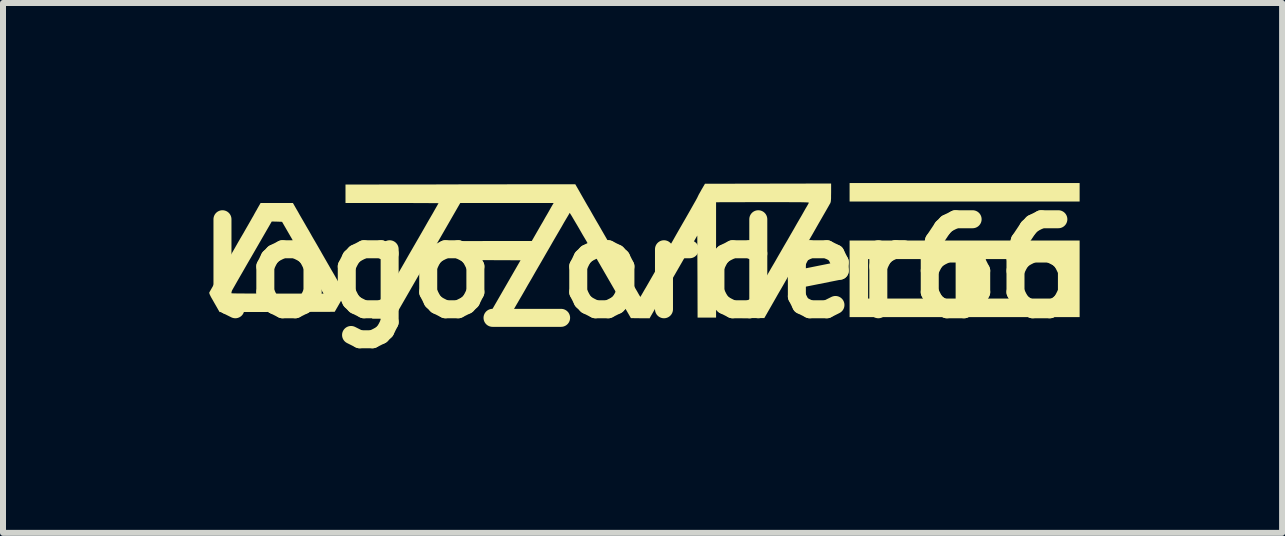
<source format=kicad_pcb>
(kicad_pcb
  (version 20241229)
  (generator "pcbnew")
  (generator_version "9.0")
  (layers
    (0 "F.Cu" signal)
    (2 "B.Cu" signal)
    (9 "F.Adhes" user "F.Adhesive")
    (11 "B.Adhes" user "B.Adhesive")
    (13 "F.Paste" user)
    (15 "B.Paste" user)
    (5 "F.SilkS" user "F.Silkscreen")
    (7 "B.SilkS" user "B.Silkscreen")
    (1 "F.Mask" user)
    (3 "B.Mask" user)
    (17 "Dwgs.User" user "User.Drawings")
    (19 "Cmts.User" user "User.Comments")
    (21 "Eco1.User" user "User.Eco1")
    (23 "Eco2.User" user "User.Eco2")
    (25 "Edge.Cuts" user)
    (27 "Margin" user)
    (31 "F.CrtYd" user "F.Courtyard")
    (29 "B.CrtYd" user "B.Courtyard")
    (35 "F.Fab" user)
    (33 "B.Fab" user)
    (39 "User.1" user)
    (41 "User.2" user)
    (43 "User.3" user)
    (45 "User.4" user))
  (footprint "logo_order66"
    (layer "F.Cu")
    (at 7.657 1.425)
    (property "Reference" "logo_order66" (at 0 0 0) (layer "F.SilkS") (effects (font (size 1.5 1.5) (thickness 0.3))))
    (attr board_only exclude_from_pos_files exclude_from_bom)
    (fp_poly (pts (xy 7.283 -1.271) (xy 7.283 -1.117) (xy 5.367 -1.117) (xy 3.45 -1.117) (xy 3.45 -1.271) (xy 3.45 -1.425) (xy 5.367 -1.425) (xy 7.283 -1.425)) (stroke (width 0) (type solid)) (fill yes) (layer "F.SilkS"))
    (fp_poly (pts (xy 7.283 0.171) (xy 7.283 0.809) (xy 5.367 0.809) (xy 3.45 0.809) (xy 3.45 0.171) (xy 3.45 -0.158) (xy 3.758 -0.158) (xy 3.758 0.171) (xy 3.758 0.5) (xy 4.487 0.5) (xy 5.217 0.5) (xy 5.217 0.171) (xy 5.217 -0.158) (xy 5.525 -0.158) (xy 5.525 0.171) (xy 5.525 0.5) (xy 6.25 0.5) (xy 6.975 0.5) (xy 6.975 0.171) (xy 6.975 -0.158) (xy 6.25 -0.158) (xy 5.525 -0.158) (xy 5.217 -0.158) (xy 4.487 -0.158) (xy 3.758 -0.158) (xy 3.45 -0.158) (xy 3.45 -0.467) (xy 5.367 -0.467) (xy 7.283 -0.467)) (stroke (width 0) (type solid)) (fill yes) (layer "F.SilkS"))
    (fp_poly (pts (xy -5.772 -0.998) (xy -5.76 -0.977) (xy -5.74 -0.943) (xy -5.714 -0.896) (xy -5.681 -0.839) (xy -5.642 -0.772) (xy -5.599 -0.697) (xy -5.551 -0.615) (xy -5.501 -0.526) (xy -5.447 -0.434) (xy -5.391 -0.337) (xy -5.342 -0.251) (xy -5.287 -0.155) (xy -5.234 -0.063) (xy -5.184 0.024) (xy -5.137 0.104) (xy -5.095 0.178) (xy -5.057 0.244) (xy -5.025 0.3) (xy -4.999 0.346) (xy -4.979 0.381) (xy -4.966 0.403) (xy -4.962 0.412) (xy -4.962 0.412) (xy -4.964 0.422) (xy -4.974 0.444) (xy -4.991 0.476) (xy -5.012 0.515) (xy -5.037 0.56) (xy -5.044 0.572) (xy -5.13 0.721) (xy -6.089 0.723) (xy -7.048 0.725) (xy -7.137 0.57) (xy -7.167 0.517) (xy -7.19 0.477) (xy -7.205 0.447) (xy -7.215 0.425) (xy -7.219 0.412) (xy -6.867 0.412) (xy -6.859 0.413) (xy -6.835 0.413) (xy -6.797 0.414) (xy -6.746 0.415) (xy -6.682 0.415) (xy -6.608 0.416) (xy -6.524 0.416) (xy -6.432 0.416) (xy -6.332 0.417) (xy -6.226 0.417) (xy -6.115 0.417) (xy -6.091 0.417) (xy -5.316 0.417) (xy -5.337 0.381) (xy -5.344 0.369) (xy -5.359 0.343) (xy -5.381 0.305) (xy -5.409 0.256) (xy -5.443 0.197) (xy -5.482 0.13) (xy -5.525 0.055) (xy -5.571 -0.025) (xy -5.621 -0.111) (xy -5.672 -0.2) (xy -5.682 -0.217) (xy -6.007 -0.779) (xy -6.093 -0.782) (xy -6.179 -0.784) (xy -6.523 -0.188) (xy -6.576 -0.097) (xy -6.626 -0.01) (xy -6.673 0.072) (xy -6.717 0.148) (xy -6.756 0.216) (xy -6.79 0.276) (xy -6.819 0.327) (xy -6.841 0.366) (xy -6.857 0.394) (xy -6.865 0.41) (xy -6.867 0.412) (xy -7.219 0.412) (xy -7.219 0.411) (xy -7.22 0.401) (xy -7.219 0.397) (xy -7.213 0.387) (xy -7.2 0.364) (xy -7.18 0.329) (xy -7.153 0.282) (xy -7.121 0.226) (xy -7.083 0.16) (xy -7.041 0.086) (xy -6.995 0.006) (xy -6.945 -0.08) (xy -6.893 -0.171) (xy -6.854 -0.238) (xy -6.8 -0.331) (xy -6.749 -0.421) (xy -6.7 -0.506) (xy -6.654 -0.584) (xy -6.613 -0.656) (xy -6.576 -0.72) (xy -6.545 -0.774) (xy -6.52 -0.818) (xy -6.502 -0.85) (xy -6.49 -0.87) (xy -6.487 -0.875) (xy -6.479 -0.89) (xy -6.465 -0.916) (xy -6.446 -0.95) (xy -6.424 -0.987) (xy -6.421 -0.994) (xy -6.365 -1.092) (xy -6.096 -1.092) (xy -5.826 -1.092)) (stroke (width 0) (type solid)) (fill yes) (layer "F.SilkS"))
    (fp_poly (pts (xy 3.142 -1.267) (xy 3.141 -1.212) (xy 3.141 -1.17) (xy 3.139 -1.14) (xy 3.137 -1.119) (xy 3.133 -1.102) (xy 3.128 -1.089) (xy 3.126 -1.085) (xy 3.119 -1.074) (xy 3.105 -1.049) (xy 3.084 -1.012) (xy 3.056 -0.963) (xy 3.022 -0.904) (xy 2.983 -0.836) (xy 2.939 -0.76) (xy 2.891 -0.676) (xy 2.84 -0.586) (xy 2.785 -0.491) (xy 2.728 -0.392) (xy 2.703 -0.348) (xy 2.642 -0.242) (xy 2.581 -0.136) (xy 2.52 -0.031) (xy 2.461 0.071) (xy 2.405 0.169) (xy 2.352 0.262) (xy 2.303 0.347) (xy 2.258 0.424) (xy 2.22 0.491) (xy 2.188 0.547) (xy 2.164 0.589) (xy 2.163 0.591) (xy 2.029 0.825) (xy 1.847 0.825) (xy 1.665 0.825) (xy 1.686 0.79) (xy 1.7 0.765) (xy 1.718 0.732) (xy 1.737 0.697) (xy 1.74 0.692) (xy 1.755 0.664) (xy 1.777 0.625) (xy 1.803 0.58) (xy 1.831 0.532) (xy 1.854 0.492) (xy 1.873 0.46) (xy 1.898 0.417) (xy 1.929 0.363) (xy 1.966 0.301) (xy 2.006 0.231) (xy 2.051 0.154) (xy 2.099 0.071) (xy 2.149 -0.016) (xy 2.202 -0.106) (xy 2.255 -0.199) (xy 2.309 -0.292) (xy 2.363 -0.386) (xy 2.417 -0.478) (xy 2.469 -0.569) (xy 2.519 -0.655) (xy 2.566 -0.738) (xy 2.61 -0.814) (xy 2.651 -0.884) (xy 2.686 -0.946) (xy 2.716 -0.999) (xy 2.741 -1.041) (xy 2.759 -1.073) (xy 2.769 -1.092) (xy 2.772 -1.097) (xy 2.77 -1.099) (xy 2.762 -1.1) (xy 2.748 -1.102) (xy 2.725 -1.103) (xy 2.694 -1.104) (xy 2.654 -1.105) (xy 2.603 -1.106) (xy 2.541 -1.106) (xy 2.467 -1.106) (xy 2.379 -1.107) (xy 2.278 -1.107) (xy 2.163 -1.107) (xy 2.031 -1.107) (xy 2.001 -1.107) (xy 1.225 -1.105) (xy 1.225 -0.144) (xy 1.225 0.817) (xy 1.071 0.817) (xy 0.917 0.817) (xy 0.915 0.134) (xy 0.912 -0.55) (xy 0.515 0.14) (xy 0.117 0.829) (xy -0.039 0.828) (xy -0.194 0.826) (xy -0.701 -0.052) (xy -0.765 -0.163) (xy -0.827 -0.27) (xy -0.887 -0.372) (xy -0.942 -0.469) (xy -0.995 -0.558) (xy -1.042 -0.64) (xy -1.085 -0.714) (xy -1.123 -0.778) (xy -1.155 -0.832) (xy -1.18 -0.875) (xy -1.199 -0.905) (xy -1.21 -0.923) (xy -1.213 -0.928) (xy -1.218 -0.921) (xy -1.23 -0.9) (xy -1.25 -0.866) (xy -1.277 -0.821) (xy -1.31 -0.765) (xy -1.348 -0.698) (xy -1.392 -0.623) (xy -1.441 -0.539) (xy -1.494 -0.448) (xy -1.55 -0.35) (xy -1.61 -0.247) (xy -1.672 -0.139) (xy -1.722 -0.053) (xy -1.787 0.059) (xy -1.848 0.166) (xy -1.908 0.268) (xy -1.963 0.365) (xy -2.015 0.455) (xy -2.063 0.537) (xy -2.106 0.611) (xy -2.143 0.675) (xy -2.175 0.73) (xy -2.2 0.773) (xy -2.219 0.804) (xy -2.23 0.823) (xy -2.233 0.828) (xy -2.242 0.829) (xy -2.266 0.831) (xy -2.302 0.832) (xy -2.346 0.832) (xy -2.397 0.832) (xy -2.415 0.832) (xy -2.591 0.829) (xy -2.312 0.346) (xy -2.033 -0.138) (xy -2.537 -0.14) (xy -3.042 -0.142) (xy -3.042 -0.3) (xy -3.042 -0.458) (xy -2.444 -0.459) (xy -1.846 -0.459) (xy -1.692 -0.727) (xy -1.655 -0.79) (xy -1.621 -0.851) (xy -1.588 -0.907) (xy -1.56 -0.956) (xy -1.537 -0.997) (xy -1.52 -1.027) (xy -1.51 -1.044) (xy -1.482 -1.092) (xy -2.26 -1.092) (xy -3.038 -1.092) (xy -3.592 -0.129) (xy -4.146 0.833) (xy -4.327 0.833) (xy -4.508 0.834) (xy -4.48 0.786) (xy -4.462 0.755) (xy -4.437 0.712) (xy -4.406 0.659) (xy -4.37 0.596) (xy -4.329 0.525) (xy -4.284 0.447) (xy -4.235 0.362) (xy -4.183 0.272) (xy -4.128 0.178) (xy -4.072 0.08) (xy -4.014 -0.02) (xy -3.956 -0.121) (xy -3.898 -0.223) (xy -3.84 -0.323) (xy -3.783 -0.422) (xy -3.728 -0.517) (xy -3.675 -0.609) (xy -3.625 -0.696) (xy -3.579 -0.777) (xy -3.536 -0.851) (xy -3.498 -0.916) (xy -3.466 -0.973) (xy -3.439 -1.02) (xy -3.419 -1.055) (xy -3.406 -1.078) (xy -3.4 -1.088) (xy -3.4 -1.089) (xy -3.408 -1.089) (xy -3.432 -1.09) (xy -3.47 -1.09) (xy -3.521 -1.09) (xy -3.584 -1.091) (xy -3.658 -1.091) (xy -3.742 -1.091) (xy -3.835 -1.092) (xy -3.934 -1.092) (xy -4.041 -1.092) (xy -4.152 -1.092) (xy -4.175 -1.092) (xy -4.95 -1.092) (xy -4.95 -1.246) (xy -4.95 -1.4) (xy -3.217 -1.402) (xy -3.045 -1.403) (xy -2.876 -1.403) (xy -2.712 -1.403) (xy -2.551 -1.403) (xy -2.397 -1.403) (xy -2.249 -1.404) (xy -2.108 -1.404) (xy -1.975 -1.404) (xy -1.851 -1.404) (xy -1.738 -1.404) (xy -1.635 -1.404) (xy -1.544 -1.404) (xy -1.465 -1.404) (xy -1.401 -1.404) (xy -1.35 -1.404) (xy -1.315 -1.405) (xy -1.302 -1.405) (xy -1.121 -1.405) (xy -1.052 -1.285) (xy -1.029 -1.244) (xy -1 -1.193) (xy -0.965 -1.132) (xy -0.925 -1.062) (xy -0.88 -0.986) (xy -0.833 -0.903) (xy -0.782 -0.814) (xy -0.728 -0.722) (xy -0.673 -0.626) (xy -0.617 -0.529) (xy -0.56 -0.43) (xy -0.503 -0.331) (xy -0.446 -0.234) (xy -0.391 -0.138) (xy -0.338 -0.046) (xy -0.287 0.042) (xy -0.239 0.125) (xy -0.195 0.202) (xy -0.154 0.271) (xy -0.119 0.332) (xy -0.089 0.383) (xy -0.066 0.424) (xy -0.049 0.453) (xy -0.039 0.469) (xy -0.037 0.473) (xy -0.03 0.462) (xy -0.016 0.438) (xy 0.005 0.402) (xy 0.032 0.355) (xy 0.065 0.299) (xy 0.103 0.233) (xy 0.145 0.16) (xy 0.191 0.08) (xy 0.24 -0.005) (xy 0.291 -0.094) (xy 0.344 -0.186) (xy 0.398 -0.281) (xy 0.453 -0.376) (xy 0.508 -0.471) (xy 0.561 -0.565) (xy 0.613 -0.656) (xy 0.663 -0.743) (xy 0.711 -0.826) (xy 0.755 -0.903) (xy 0.795 -0.973) (xy 0.83 -1.035) (xy 0.86 -1.088) (xy 0.884 -1.13) (xy 0.901 -1.161) (xy 0.911 -1.18) (xy 0.913 -1.184) (xy 0.922 -1.203) (xy 0.936 -1.232) (xy 0.956 -1.267) (xy 0.978 -1.306) (xy 0.982 -1.314) (xy 1.04 -1.413) (xy 2.091 -1.415) (xy 3.142 -1.417)) (stroke (width 0) (type solid)) (fill yes) (layer "F.SilkS")))
  (gr_rect
    (start -3 -3)
    (end 18.314 5.829)
    (stroke (width 0.1) (type default))
    (fill no)
    (layer "Edge.Cuts")))
</source>
